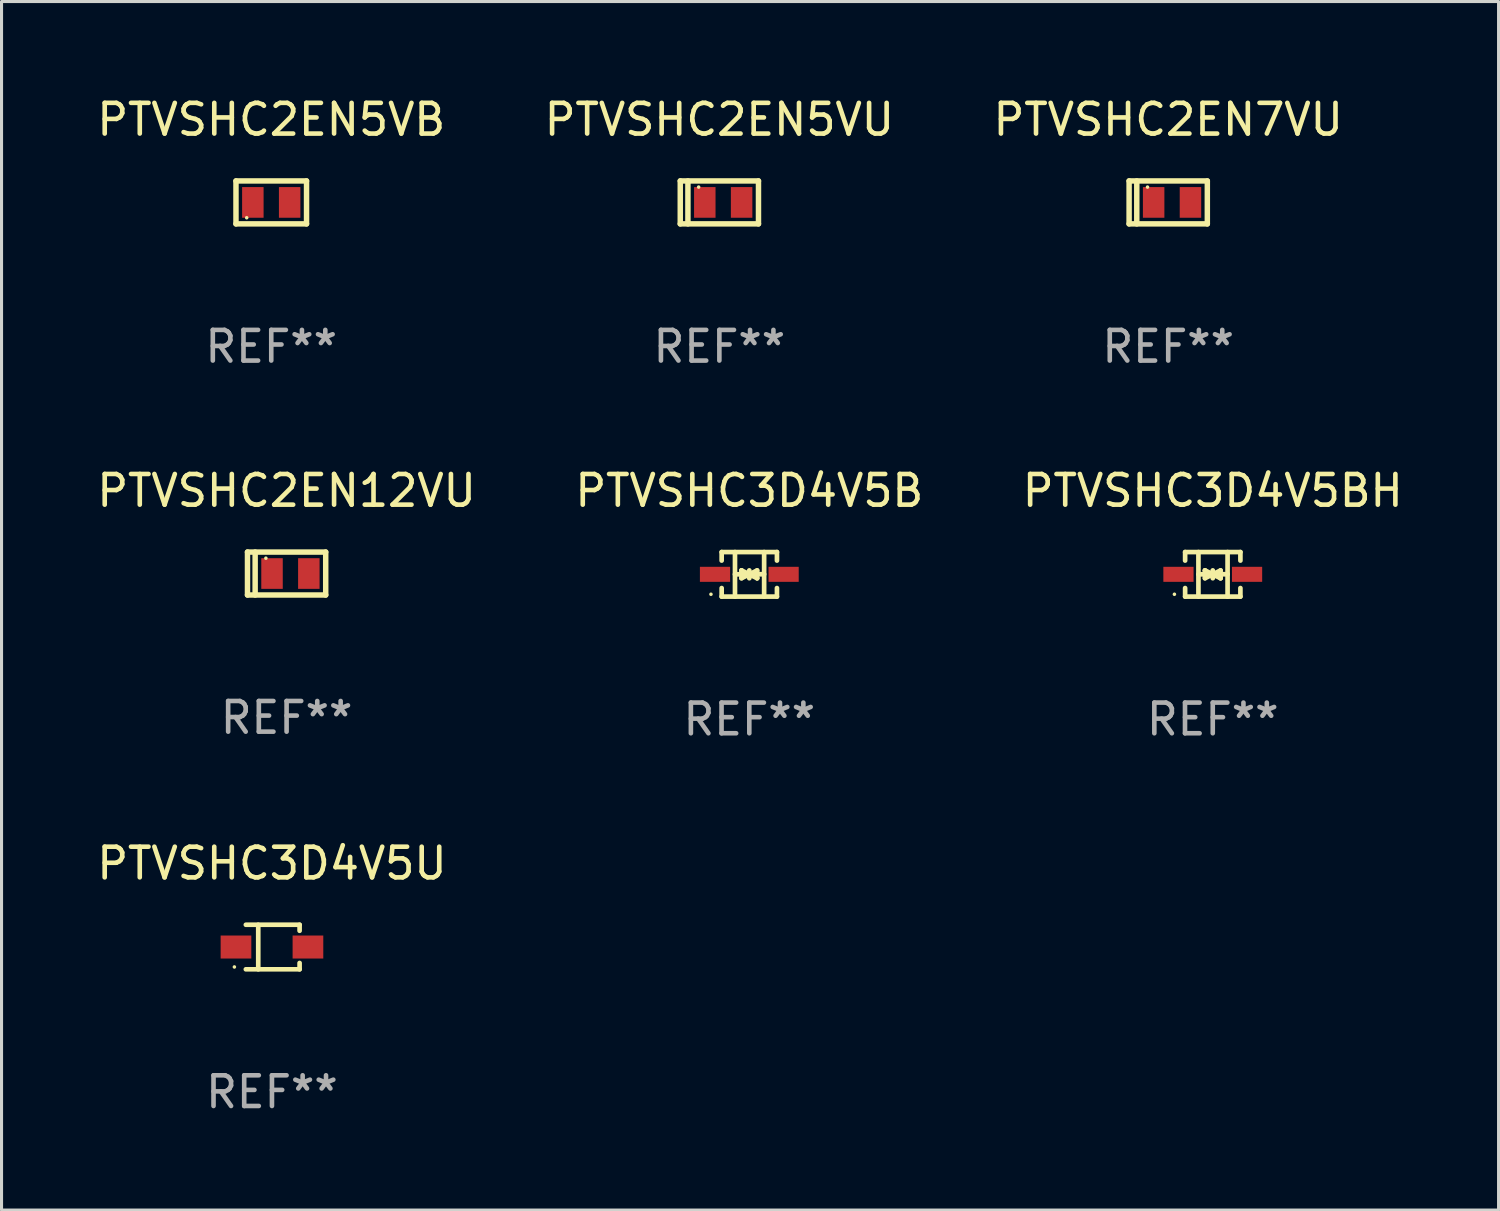
<source format=kicad_pcb>
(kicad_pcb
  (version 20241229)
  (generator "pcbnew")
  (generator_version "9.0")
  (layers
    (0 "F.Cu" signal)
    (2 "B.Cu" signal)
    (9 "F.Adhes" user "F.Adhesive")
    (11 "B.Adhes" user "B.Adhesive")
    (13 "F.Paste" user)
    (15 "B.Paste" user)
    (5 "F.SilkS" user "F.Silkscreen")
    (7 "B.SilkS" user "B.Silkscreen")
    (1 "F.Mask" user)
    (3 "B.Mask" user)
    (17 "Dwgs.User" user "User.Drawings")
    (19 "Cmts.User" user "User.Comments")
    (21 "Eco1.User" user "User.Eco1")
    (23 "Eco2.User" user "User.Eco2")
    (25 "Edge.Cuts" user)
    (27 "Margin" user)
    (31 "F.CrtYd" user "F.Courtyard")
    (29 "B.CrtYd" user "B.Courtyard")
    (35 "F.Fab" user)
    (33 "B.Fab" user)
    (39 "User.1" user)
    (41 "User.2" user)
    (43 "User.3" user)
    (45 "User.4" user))
  (footprint "PTVSHC2EN12VU"
    (layer "F.Cu")
    (at 6.292 15.645)
    (property "Reference" "PTVSHC2EN12VU" (at 0 -2.7 0) (layer "F.SilkS") (effects (font (size 1 1) (thickness 0.15))))
    (attr through_hole)
    (fp_line (start -1.275 -0.7) (end -1.275 0.7) (stroke (width 0.178) (type solid)) (layer "F.SilkS"))
    (fp_line (start -1.275 -0.7) (end 1.275 -0.7) (stroke (width 0.178) (type solid)) (layer "F.SilkS"))
    (fp_line (start -1.275 0.7) (end 1.275 0.7) (stroke (width 0.178) (type solid)) (layer "F.SilkS"))
    (fp_line (start -1.025 -0.7) (end -1.025 0.7) (stroke (width 0.178) (type solid)) (layer "F.SilkS"))
    (fp_line (start 1.275 -0.7) (end 1.275 0.7) (stroke (width 0.178) (type solid)) (layer "F.SilkS"))
    (fp_circle (center -0.675 -0.5) (end -0.645 -0.5) (stroke (width 0.06) (type solid)) (fill no) (layer "F.SilkS"))
    (fp_text user "REF**" (at 0 4.7 0) (layer "F.Fab") (effects (font (size 1 1) (thickness 0.15))))
    (pad "1" smd rect (at -0.475 0 90) (size 1 0.7) (layers "F.Cu" "F.Mask" "F.Paste"))
    (pad "2" smd rect (at 0.725 0 90) (size 1 0.7) (layers "F.Cu" "F.Mask" "F.Paste")))
  (footprint "PTVSHC2EN5VB"
    (layer "F.Cu")
    (at 5.792 3.548)
    (property "Reference" "PTVSHC2EN5VB" (at 0 -2.7 0) (layer "F.SilkS") (effects (font (size 1 1) (thickness 0.15))))
    (attr through_hole)
    (fp_line (start -1.15 -0.7) (end -1.15 0.7) (stroke (width 0.178) (type solid)) (layer "F.SilkS"))
    (fp_line (start -1.15 -0.7) (end 1.15 -0.7) (stroke (width 0.178) (type solid)) (layer "F.SilkS"))
    (fp_line (start -1.15 0.7) (end 1.15 0.7) (stroke (width 0.178) (type solid)) (layer "F.SilkS"))
    (fp_line (start 1.15 -0.7) (end 1.15 0.7) (stroke (width 0.178) (type solid)) (layer "F.SilkS"))
    (fp_circle (center -0.8 0.5) (end -0.77 0.5) (stroke (width 0.06) (type solid)) (fill no) (layer "F.SilkS"))
    (fp_text user "REF**" (at 0 4.7 0) (layer "F.Fab") (effects (font (size 1 1) (thickness 0.15))))
    (pad "1" smd rect (at -0.6 0 90) (size 1 0.7) (layers "F.Cu" "F.Mask" "F.Paste"))
    (pad "2" smd rect (at 0.6 0 90) (size 1 0.7) (layers "F.Cu" "F.Mask" "F.Paste")))
  (footprint "PTVSHC2EN5VU"
    (layer "F.Cu")
    (at 20.399 3.548)
    (property "Reference" "PTVSHC2EN5VU" (at 0 -2.7 0) (layer "F.SilkS") (effects (font (size 1 1) (thickness 0.15))))
    (attr through_hole)
    (fp_line (start -1.275 -0.7) (end -1.275 0.7) (stroke (width 0.178) (type solid)) (layer "F.SilkS"))
    (fp_line (start -1.275 -0.7) (end 1.275 -0.7) (stroke (width 0.178) (type solid)) (layer "F.SilkS"))
    (fp_line (start -1.275 0.7) (end 1.275 0.7) (stroke (width 0.178) (type solid)) (layer "F.SilkS"))
    (fp_line (start -1.025 -0.7) (end -1.025 0.7) (stroke (width 0.178) (type solid)) (layer "F.SilkS"))
    (fp_line (start 1.275 -0.7) (end 1.275 0.7) (stroke (width 0.178) (type solid)) (layer "F.SilkS"))
    (fp_circle (center -0.675 -0.5) (end -0.645 -0.5) (stroke (width 0.06) (type solid)) (fill no) (layer "F.SilkS"))
    (fp_text user "REF**" (at 0 4.7 0) (layer "F.Fab") (effects (font (size 1 1) (thickness 0.15))))
    (pad "1" smd rect (at -0.475 0 90) (size 1 0.7) (layers "F.Cu" "F.Mask" "F.Paste"))
    (pad "2" smd rect (at 0.725 0 90) (size 1 0.7) (layers "F.Cu" "F.Mask" "F.Paste")))
  (footprint "PTVSHC3D4V5B"
    (layer "F.Cu")
    (at 21.375 15.671)
    (property "Reference" "PTVSHC3D4V5B" (at 0 -2.726 0) (layer "F.SilkS") (effects (font (size 1 1) (thickness 0.15))))
    (attr through_hole)
    (fp_line (start -0.901 -0.726) (end -0.901 -0.448) (stroke (width 0.152) (type solid)) (layer "F.SilkS"))
    (fp_line (start -0.901 0.726) (end -0.901 0.448) (stroke (width 0.152) (type solid)) (layer "F.SilkS"))
    (fp_line (start -0.467 0) (end 0.483 -0.003) (stroke (width 0.154) (type solid)) (layer "F.SilkS"))
    (fp_line (start -0.467 0.726) (end -0.467 -0.726) (stroke (width 0.152) (type solid)) (layer "F.SilkS"))
    (fp_line (start -0.254 -0.127) (end -0.254 -0.127) (stroke (width 0.154) (type solid)) (layer "F.SilkS"))
    (fp_line (start -0.254 -0.127) (end -0.002 -0.003) (stroke (width 0.154) (type solid)) (layer "F.SilkS"))
    (fp_line (start -0.254 0.127) (end -0.254 -0.127) (stroke (width 0.154) (type solid)) (layer "F.SilkS"))
    (fp_line (start -0.127 0) (end 0.003 0) (stroke (width 0.154) (type solid)) (layer "F.SilkS"))
    (fp_line (start -0.003 0) (end -0.254 0.127) (stroke (width 0.154) (type solid)) (layer "F.SilkS"))
    (fp_line (start 0 -0.127) (end 0 0.127) (stroke (width 0.154) (type solid)) (layer "F.SilkS"))
    (fp_line (start 0.003 0) (end 0.254 -0.127) (stroke (width 0.154) (type solid)) (layer "F.SilkS"))
    (fp_line (start 0.127 0) (end -0.003 0) (stroke (width 0.154) (type solid)) (layer "F.SilkS"))
    (fp_line (start 0.254 -0.127) (end 0.254 0.127) (stroke (width 0.154) (type solid)) (layer "F.SilkS"))
    (fp_line (start 0.254 0.127) (end 0.002 0.003) (stroke (width 0.154) (type solid)) (layer "F.SilkS"))
    (fp_line (start 0.254 0.127) (end 0.254 0.127) (stroke (width 0.154) (type solid)) (layer "F.SilkS"))
    (fp_line (start 0.483 0.726) (end 0.483 -0.726) (stroke (width 0.152) (type solid)) (layer "F.SilkS"))
    (fp_line (start 0.901 -0.726) (end -0.901 -0.726) (stroke (width 0.152) (type solid)) (layer "F.SilkS"))
    (fp_line (start 0.901 -0.726) (end 0.901 -0.448) (stroke (width 0.152) (type solid)) (layer "F.SilkS"))
    (fp_line (start 0.901 0.726) (end -0.901 0.726) (stroke (width 0.152) (type solid)) (layer "F.SilkS"))
    (fp_line (start 0.901 0.726) (end 0.901 0.448) (stroke (width 0.152) (type solid)) (layer "F.SilkS"))
    (fp_circle (center -1.25 0.65) (end -1.22 0.65) (stroke (width 0.06) (type solid)) (fill no) (layer "F.SilkS"))
    (fp_text user "REF**" (at 0 4.726 0) (layer "F.Fab") (effects (font (size 1 1) (thickness 0.15))))
    (pad "1" smd rect (at -1.118 0) (size 0.985 0.49) (layers "F.Cu" "F.Mask" "F.Paste"))
    (pad "2" smd rect (at 1.118 0) (size 0.985 0.49) (layers "F.Cu" "F.Mask" "F.Paste")))
  (footprint "PTVSHC3D4V5U"
    (layer "F.Cu")
    (at 5.815 27.82)
    (property "Reference" "PTVSHC3D4V5U" (at 0 -2.726 0) (layer "F.SilkS") (effects (font (size 1 1) (thickness 0.15))))
    (attr through_hole)
    (fp_line (start -0.851 -0.726) (end 0.901 -0.726) (stroke (width 0.152) (type solid)) (layer "F.SilkS"))
    (fp_line (start -0.851 0.726) (end 0.901 0.726) (stroke (width 0.152) (type solid)) (layer "F.SilkS"))
    (fp_line (start -0.447 -0.726) (end -0.447 0.726) (stroke (width 0.152) (type solid)) (layer "F.SilkS"))
    (fp_line (start 0.901 -0.726) (end 0.901 -0.53) (stroke (width 0.152) (type solid)) (layer "F.SilkS"))
    (fp_line (start 0.901 0.726) (end 0.901 0.52) (stroke (width 0.152) (type solid)) (layer "F.SilkS"))
    (fp_circle (center -1.225 0.65) (end -1.195 0.65) (stroke (width 0.06) (type solid)) (fill no) (layer "F.SilkS"))
    (fp_text user "REF**" (at 0 4.726 0) (layer "F.Fab") (effects (font (size 1 1) (thickness 0.15))))
    (pad "1" smd rect (at -1.173 0) (size 1 0.75) (layers "F.Cu" "F.Mask" "F.Paste"))
    (pad "2" smd rect (at 1.173 0) (size 1 0.75) (layers "F.Cu" "F.Mask" "F.Paste")))
  (footprint "PTVSHC2EN7VU"
    (layer "F.Cu")
    (at 35.03 3.548)
    (property "Reference" "PTVSHC2EN7VU" (at 0 -2.7 0) (layer "F.SilkS") (effects (font (size 1 1) (thickness 0.15))))
    (attr through_hole)
    (fp_line (start -1.275 -0.7) (end -1.275 0.7) (stroke (width 0.178) (type solid)) (layer "F.SilkS"))
    (fp_line (start -1.275 -0.7) (end 1.275 -0.7) (stroke (width 0.178) (type solid)) (layer "F.SilkS"))
    (fp_line (start -1.275 0.7) (end 1.275 0.7) (stroke (width 0.178) (type solid)) (layer "F.SilkS"))
    (fp_line (start -1.025 -0.7) (end -1.025 0.7) (stroke (width 0.178) (type solid)) (layer "F.SilkS"))
    (fp_line (start 1.275 -0.7) (end 1.275 0.7) (stroke (width 0.178) (type solid)) (layer "F.SilkS"))
    (fp_circle (center -0.675 -0.5) (end -0.645 -0.5) (stroke (width 0.06) (type solid)) (fill no) (layer "F.SilkS"))
    (fp_text user "REF**" (at 0 4.7 0) (layer "F.Fab") (effects (font (size 1 1) (thickness 0.15))))
    (pad "1" smd rect (at -0.475 0 90) (size 1 0.7) (layers "F.Cu" "F.Mask" "F.Paste"))
    (pad "2" smd rect (at 0.725 0 90) (size 1 0.7) (layers "F.Cu" "F.Mask" "F.Paste")))
  (footprint "PTVSHC3D4V5BH"
    (layer "F.Cu")
    (at 36.482 15.671)
    (property "Reference" "PTVSHC3D4V5BH" (at 0 -2.726 0) (layer "F.SilkS") (effects (font (size 1 1) (thickness 0.15))))
    (attr through_hole)
    (fp_line (start -0.901 -0.726) (end -0.901 -0.448) (stroke (width 0.152) (type solid)) (layer "F.SilkS"))
    (fp_line (start -0.901 0.726) (end -0.901 0.448) (stroke (width 0.152) (type solid)) (layer "F.SilkS"))
    (fp_line (start -0.467 0) (end 0.483 -0.003) (stroke (width 0.154) (type solid)) (layer "F.SilkS"))
    (fp_line (start -0.467 0.726) (end -0.467 -0.726) (stroke (width 0.152) (type solid)) (layer "F.SilkS"))
    (fp_line (start -0.254 -0.127) (end -0.254 -0.127) (stroke (width 0.154) (type solid)) (layer "F.SilkS"))
    (fp_line (start -0.254 -0.127) (end -0.002 -0.003) (stroke (width 0.154) (type solid)) (layer "F.SilkS"))
    (fp_line (start -0.254 0.127) (end -0.254 -0.127) (stroke (width 0.154) (type solid)) (layer "F.SilkS"))
    (fp_line (start -0.127 0) (end 0.003 0) (stroke (width 0.154) (type solid)) (layer "F.SilkS"))
    (fp_line (start -0.003 0) (end -0.254 0.127) (stroke (width 0.154) (type solid)) (layer "F.SilkS"))
    (fp_line (start 0 -0.127) (end 0 0.127) (stroke (width 0.154) (type solid)) (layer "F.SilkS"))
    (fp_line (start 0.003 0) (end 0.254 -0.127) (stroke (width 0.154) (type solid)) (layer "F.SilkS"))
    (fp_line (start 0.127 0) (end -0.003 0) (stroke (width 0.154) (type solid)) (layer "F.SilkS"))
    (fp_line (start 0.254 -0.127) (end 0.254 0.127) (stroke (width 0.154) (type solid)) (layer "F.SilkS"))
    (fp_line (start 0.254 0.127) (end 0.002 0.003) (stroke (width 0.154) (type solid)) (layer "F.SilkS"))
    (fp_line (start 0.254 0.127) (end 0.254 0.127) (stroke (width 0.154) (type solid)) (layer "F.SilkS"))
    (fp_line (start 0.483 0.726) (end 0.483 -0.726) (stroke (width 0.152) (type solid)) (layer "F.SilkS"))
    (fp_line (start 0.901 -0.726) (end -0.901 -0.726) (stroke (width 0.152) (type solid)) (layer "F.SilkS"))
    (fp_line (start 0.901 -0.726) (end 0.901 -0.448) (stroke (width 0.152) (type solid)) (layer "F.SilkS"))
    (fp_line (start 0.901 0.726) (end -0.901 0.726) (stroke (width 0.152) (type solid)) (layer "F.SilkS"))
    (fp_line (start 0.901 0.726) (end 0.901 0.448) (stroke (width 0.152) (type solid)) (layer "F.SilkS"))
    (fp_circle (center -1.25 0.65) (end -1.22 0.65) (stroke (width 0.06) (type solid)) (fill no) (layer "F.SilkS"))
    (fp_text user "REF**" (at 0 4.726 0) (layer "F.Fab") (effects (font (size 1 1) (thickness 0.15))))
    (pad "1" smd rect (at -1.118 0) (size 0.985 0.49) (layers "F.Cu" "F.Mask" "F.Paste"))
    (pad "2" smd rect (at 1.118 0) (size 0.985 0.49) (layers "F.Cu" "F.Mask" "F.Paste")))
  (gr_rect
    (start -3 -3)
    (end 45.798 36.394)
    (stroke (width 0.1) (type default))
    (fill no)
    (layer "Edge.Cuts")))
</source>
